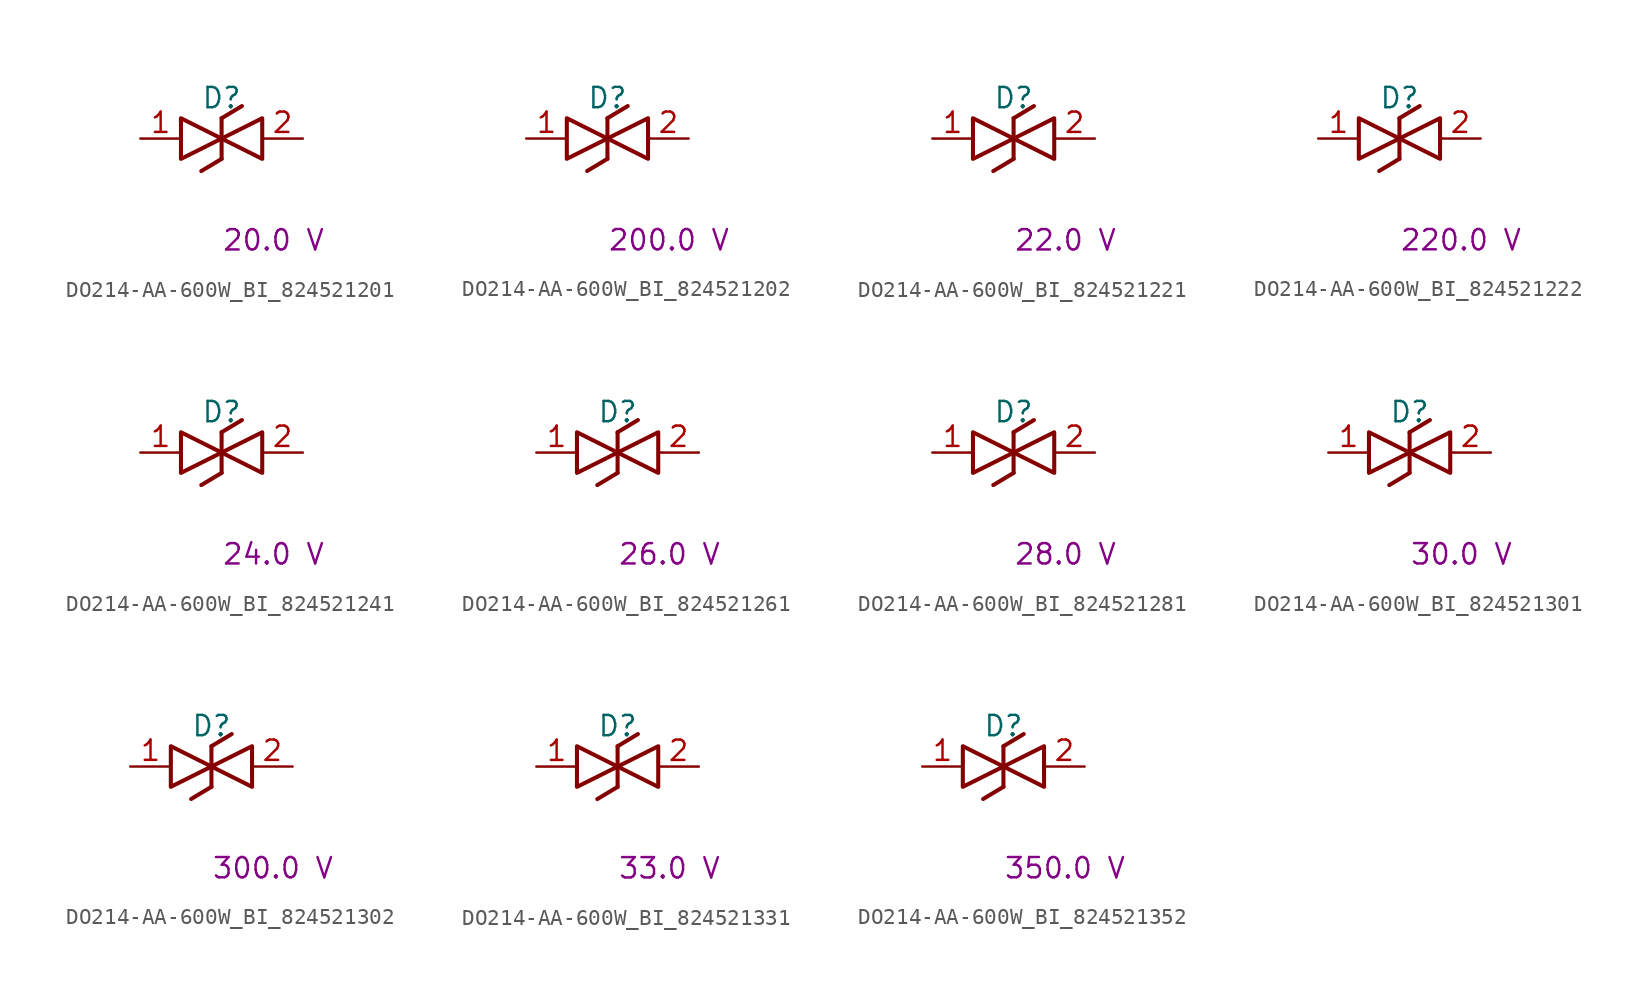
<source format=kicad_sym>
(kicad_symbol_lib
  (version 20220914)
  (generator kicad_symbol_editor)
  (symbol "DO214-AA-600W_BI_824521201"
    (pin_names hide)
    (property "Reference" "D"
      (at 0 2.54 0)
      (effects (font (size 1.27 1.27))))
    (property "Critical Parameter" "20.0 V"
      (at 0 -6.35 0)
      (effects (font (size 1.27 1.27)) (justify left)))
    (symbol "DO214-AA-600W_BI_824521201_0_1"
      (polyline (pts (xy -2.54 1.27) (xy -2.54 -1.27) (xy 2.54 1.27) (xy 2.54 -1.27) (xy -2.54 1.27)) (stroke (width 0.254) (type default)) (fill (type none))))
    (symbol "DO214-AA-600W_BI_824521201_1_1"
      (polyline (pts (xy 0 -1.27) (xy -1.27 -2.032)) (stroke (width 0.254) (type default)) (fill (type none)))
      (polyline (pts (xy 0 1.27) (xy 0 -1.27)) (stroke (width 0.254) (type default)) (fill (type none)))
      (polyline (pts (xy 0 1.27) (xy 1.27 2.032)) (stroke (width 0.254) (type default)) (fill (type none)))
      (pin passive line (at -5.08 0 0) (length 2.54) (name "1" (effects (font (size 1.27 1.27)))) (number "1" (effects (font (size 1.27 1.27)))))
      (pin passive line (at 5.08 0 180) (length 2.54) (name "2" (effects (font (size 1.27 1.27)))) (number "2" (effects (font (size 1.27 1.27)))))))
  (symbol "DO214-AA-600W_BI_824521202"
    (pin_names hide)
    (property "Reference" "D"
      (at 0 2.54 0)
      (effects (font (size 1.27 1.27))))
    (property "Critical Parameter" "200.0 V"
      (at 0 -6.35 0)
      (effects (font (size 1.27 1.27)) (justify left)))
    (symbol "DO214-AA-600W_BI_824521202_0_1"
      (polyline (pts (xy -2.54 1.27) (xy -2.54 -1.27) (xy 2.54 1.27) (xy 2.54 -1.27) (xy -2.54 1.27)) (stroke (width 0.254) (type default)) (fill (type none))))
    (symbol "DO214-AA-600W_BI_824521202_1_1"
      (polyline (pts (xy 0 -1.27) (xy -1.27 -2.032)) (stroke (width 0.254) (type default)) (fill (type none)))
      (polyline (pts (xy 0 1.27) (xy 0 -1.27)) (stroke (width 0.254) (type default)) (fill (type none)))
      (polyline (pts (xy 0 1.27) (xy 1.27 2.032)) (stroke (width 0.254) (type default)) (fill (type none)))
      (pin passive line (at -5.08 0 0) (length 2.54) (name "1" (effects (font (size 1.27 1.27)))) (number "1" (effects (font (size 1.27 1.27)))))
      (pin passive line (at 5.08 0 180) (length 2.54) (name "2" (effects (font (size 1.27 1.27)))) (number "2" (effects (font (size 1.27 1.27)))))))
  (symbol "DO214-AA-600W_BI_824521221"
    (pin_names hide)
    (property "Reference" "D"
      (at 0 2.54 0)
      (effects (font (size 1.27 1.27))))
    (property "Critical Parameter" "22.0 V"
      (at 0 -6.35 0)
      (effects (font (size 1.27 1.27)) (justify left)))
    (symbol "DO214-AA-600W_BI_824521221_0_1"
      (polyline (pts (xy -2.54 1.27) (xy -2.54 -1.27) (xy 2.54 1.27) (xy 2.54 -1.27) (xy -2.54 1.27)) (stroke (width 0.254) (type default)) (fill (type none))))
    (symbol "DO214-AA-600W_BI_824521221_1_1"
      (polyline (pts (xy 0 -1.27) (xy -1.27 -2.032)) (stroke (width 0.254) (type default)) (fill (type none)))
      (polyline (pts (xy 0 1.27) (xy 0 -1.27)) (stroke (width 0.254) (type default)) (fill (type none)))
      (polyline (pts (xy 0 1.27) (xy 1.27 2.032)) (stroke (width 0.254) (type default)) (fill (type none)))
      (pin passive line (at -5.08 0 0) (length 2.54) (name "1" (effects (font (size 1.27 1.27)))) (number "1" (effects (font (size 1.27 1.27)))))
      (pin passive line (at 5.08 0 180) (length 2.54) (name "2" (effects (font (size 1.27 1.27)))) (number "2" (effects (font (size 1.27 1.27)))))))
  (symbol "DO214-AA-600W_BI_824521222"
    (pin_names hide)
    (property "Reference" "D"
      (at 0 2.54 0)
      (effects (font (size 1.27 1.27))))
    (property "Critical Parameter" "220.0 V"
      (at 0 -6.35 0)
      (effects (font (size 1.27 1.27)) (justify left)))
    (symbol "DO214-AA-600W_BI_824521222_0_1"
      (polyline (pts (xy -2.54 1.27) (xy -2.54 -1.27) (xy 2.54 1.27) (xy 2.54 -1.27) (xy -2.54 1.27)) (stroke (width 0.254) (type default)) (fill (type none))))
    (symbol "DO214-AA-600W_BI_824521222_1_1"
      (polyline (pts (xy 0 -1.27) (xy -1.27 -2.032)) (stroke (width 0.254) (type default)) (fill (type none)))
      (polyline (pts (xy 0 1.27) (xy 0 -1.27)) (stroke (width 0.254) (type default)) (fill (type none)))
      (polyline (pts (xy 0 1.27) (xy 1.27 2.032)) (stroke (width 0.254) (type default)) (fill (type none)))
      (pin passive line (at -5.08 0 0) (length 2.54) (name "1" (effects (font (size 1.27 1.27)))) (number "1" (effects (font (size 1.27 1.27)))))
      (pin passive line (at 5.08 0 180) (length 2.54) (name "2" (effects (font (size 1.27 1.27)))) (number "2" (effects (font (size 1.27 1.27)))))))
  (symbol "DO214-AA-600W_BI_824521241"
    (pin_names hide)
    (property "Reference" "D"
      (at 0 2.54 0)
      (effects (font (size 1.27 1.27))))
    (property "Critical Parameter" "24.0 V"
      (at 0 -6.35 0)
      (effects (font (size 1.27 1.27)) (justify left)))
    (symbol "DO214-AA-600W_BI_824521241_0_1"
      (polyline (pts (xy -2.54 1.27) (xy -2.54 -1.27) (xy 2.54 1.27) (xy 2.54 -1.27) (xy -2.54 1.27)) (stroke (width 0.254) (type default)) (fill (type none))))
    (symbol "DO214-AA-600W_BI_824521241_1_1"
      (polyline (pts (xy 0 -1.27) (xy -1.27 -2.032)) (stroke (width 0.254) (type default)) (fill (type none)))
      (polyline (pts (xy 0 1.27) (xy 0 -1.27)) (stroke (width 0.254) (type default)) (fill (type none)))
      (polyline (pts (xy 0 1.27) (xy 1.27 2.032)) (stroke (width 0.254) (type default)) (fill (type none)))
      (pin passive line (at -5.08 0 0) (length 2.54) (name "1" (effects (font (size 1.27 1.27)))) (number "1" (effects (font (size 1.27 1.27)))))
      (pin passive line (at 5.08 0 180) (length 2.54) (name "2" (effects (font (size 1.27 1.27)))) (number "2" (effects (font (size 1.27 1.27)))))))
  (symbol "DO214-AA-600W_BI_824521261"
    (pin_names hide)
    (property "Reference" "D"
      (at 0 2.54 0)
      (effects (font (size 1.27 1.27))))
    (property "Critical Parameter" "26.0 V"
      (at 0 -6.35 0)
      (effects (font (size 1.27 1.27)) (justify left)))
    (symbol "DO214-AA-600W_BI_824521261_0_1"
      (polyline (pts (xy -2.54 1.27) (xy -2.54 -1.27) (xy 2.54 1.27) (xy 2.54 -1.27) (xy -2.54 1.27)) (stroke (width 0.254) (type default)) (fill (type none))))
    (symbol "DO214-AA-600W_BI_824521261_1_1"
      (polyline (pts (xy 0 -1.27) (xy -1.27 -2.032)) (stroke (width 0.254) (type default)) (fill (type none)))
      (polyline (pts (xy 0 1.27) (xy 0 -1.27)) (stroke (width 0.254) (type default)) (fill (type none)))
      (polyline (pts (xy 0 1.27) (xy 1.27 2.032)) (stroke (width 0.254) (type default)) (fill (type none)))
      (pin passive line (at -5.08 0 0) (length 2.54) (name "1" (effects (font (size 1.27 1.27)))) (number "1" (effects (font (size 1.27 1.27)))))
      (pin passive line (at 5.08 0 180) (length 2.54) (name "2" (effects (font (size 1.27 1.27)))) (number "2" (effects (font (size 1.27 1.27)))))))
  (symbol "DO214-AA-600W_BI_824521281"
    (pin_names hide)
    (property "Reference" "D"
      (at 0 2.54 0)
      (effects (font (size 1.27 1.27))))
    (property "Critical Parameter" "28.0 V"
      (at 0 -6.35 0)
      (effects (font (size 1.27 1.27)) (justify left)))
    (symbol "DO214-AA-600W_BI_824521281_0_1"
      (polyline (pts (xy -2.54 1.27) (xy -2.54 -1.27) (xy 2.54 1.27) (xy 2.54 -1.27) (xy -2.54 1.27)) (stroke (width 0.254) (type default)) (fill (type none))))
    (symbol "DO214-AA-600W_BI_824521281_1_1"
      (polyline (pts (xy 0 -1.27) (xy -1.27 -2.032)) (stroke (width 0.254) (type default)) (fill (type none)))
      (polyline (pts (xy 0 1.27) (xy 0 -1.27)) (stroke (width 0.254) (type default)) (fill (type none)))
      (polyline (pts (xy 0 1.27) (xy 1.27 2.032)) (stroke (width 0.254) (type default)) (fill (type none)))
      (pin passive line (at -5.08 0 0) (length 2.54) (name "1" (effects (font (size 1.27 1.27)))) (number "1" (effects (font (size 1.27 1.27)))))
      (pin passive line (at 5.08 0 180) (length 2.54) (name "2" (effects (font (size 1.27 1.27)))) (number "2" (effects (font (size 1.27 1.27)))))))
  (symbol "DO214-AA-600W_BI_824521301"
    (pin_names hide)
    (property "Reference" "D"
      (at 0 2.54 0)
      (effects (font (size 1.27 1.27))))
    (property "Critical Parameter" "30.0 V"
      (at 0 -6.35 0)
      (effects (font (size 1.27 1.27)) (justify left)))
    (symbol "DO214-AA-600W_BI_824521301_0_1"
      (polyline (pts (xy -2.54 1.27) (xy -2.54 -1.27) (xy 2.54 1.27) (xy 2.54 -1.27) (xy -2.54 1.27)) (stroke (width 0.254) (type default)) (fill (type none))))
    (symbol "DO214-AA-600W_BI_824521301_1_1"
      (polyline (pts (xy 0 -1.27) (xy -1.27 -2.032)) (stroke (width 0.254) (type default)) (fill (type none)))
      (polyline (pts (xy 0 1.27) (xy 0 -1.27)) (stroke (width 0.254) (type default)) (fill (type none)))
      (polyline (pts (xy 0 1.27) (xy 1.27 2.032)) (stroke (width 0.254) (type default)) (fill (type none)))
      (pin passive line (at -5.08 0 0) (length 2.54) (name "1" (effects (font (size 1.27 1.27)))) (number "1" (effects (font (size 1.27 1.27)))))
      (pin passive line (at 5.08 0 180) (length 2.54) (name "2" (effects (font (size 1.27 1.27)))) (number "2" (effects (font (size 1.27 1.27)))))))
  (symbol "DO214-AA-600W_BI_824521302"
    (pin_names hide)
    (property "Reference" "D"
      (at 0 2.54 0)
      (effects (font (size 1.27 1.27))))
    (property "Critical Parameter" "300.0 V"
      (at 0 -6.35 0)
      (effects (font (size 1.27 1.27)) (justify left)))
    (symbol "DO214-AA-600W_BI_824521302_0_1"
      (polyline (pts (xy -2.54 1.27) (xy -2.54 -1.27) (xy 2.54 1.27) (xy 2.54 -1.27) (xy -2.54 1.27)) (stroke (width 0.254) (type default)) (fill (type none))))
    (symbol "DO214-AA-600W_BI_824521302_1_1"
      (polyline (pts (xy 0 -1.27) (xy -1.27 -2.032)) (stroke (width 0.254) (type default)) (fill (type none)))
      (polyline (pts (xy 0 1.27) (xy 0 -1.27)) (stroke (width 0.254) (type default)) (fill (type none)))
      (polyline (pts (xy 0 1.27) (xy 1.27 2.032)) (stroke (width 0.254) (type default)) (fill (type none)))
      (pin passive line (at -5.08 0 0) (length 2.54) (name "1" (effects (font (size 1.27 1.27)))) (number "1" (effects (font (size 1.27 1.27)))))
      (pin passive line (at 5.08 0 180) (length 2.54) (name "2" (effects (font (size 1.27 1.27)))) (number "2" (effects (font (size 1.27 1.27)))))))
  (symbol "DO214-AA-600W_BI_824521331"
    (pin_names hide)
    (property "Reference" "D"
      (at 0 2.54 0)
      (effects (font (size 1.27 1.27))))
    (property "Critical Parameter" "33.0 V"
      (at 0 -6.35 0)
      (effects (font (size 1.27 1.27)) (justify left)))
    (symbol "DO214-AA-600W_BI_824521331_0_1"
      (polyline (pts (xy -2.54 1.27) (xy -2.54 -1.27) (xy 2.54 1.27) (xy 2.54 -1.27) (xy -2.54 1.27)) (stroke (width 0.254) (type default)) (fill (type none))))
    (symbol "DO214-AA-600W_BI_824521331_1_1"
      (polyline (pts (xy 0 -1.27) (xy -1.27 -2.032)) (stroke (width 0.254) (type default)) (fill (type none)))
      (polyline (pts (xy 0 1.27) (xy 0 -1.27)) (stroke (width 0.254) (type default)) (fill (type none)))
      (polyline (pts (xy 0 1.27) (xy 1.27 2.032)) (stroke (width 0.254) (type default)) (fill (type none)))
      (pin passive line (at -5.08 0 0) (length 2.54) (name "1" (effects (font (size 1.27 1.27)))) (number "1" (effects (font (size 1.27 1.27)))))
      (pin passive line (at 5.08 0 180) (length 2.54) (name "2" (effects (font (size 1.27 1.27)))) (number "2" (effects (font (size 1.27 1.27)))))))
  (symbol "DO214-AA-600W_BI_824521352"
    (pin_names hide)
    (property "Reference" "D"
      (at 0 2.54 0)
      (effects (font (size 1.27 1.27))))
    (property "Critical Parameter" "350.0 V"
      (at 0 -6.35 0)
      (effects (font (size 1.27 1.27)) (justify left)))
    (symbol "DO214-AA-600W_BI_824521352_0_1"
      (polyline (pts (xy -2.54 1.27) (xy -2.54 -1.27) (xy 2.54 1.27) (xy 2.54 -1.27) (xy -2.54 1.27)) (stroke (width 0.254) (type default)) (fill (type none))))
    (symbol "DO214-AA-600W_BI_824521352_1_1"
      (polyline (pts (xy 0 -1.27) (xy -1.27 -2.032)) (stroke (width 0.254) (type default)) (fill (type none)))
      (polyline (pts (xy 0 1.27) (xy 0 -1.27)) (stroke (width 0.254) (type default)) (fill (type none)))
      (polyline (pts (xy 0 1.27) (xy 1.27 2.032)) (stroke (width 0.254) (type default)) (fill (type none)))
      (pin passive line (at -5.08 0 0) (length 2.54) (name "1" (effects (font (size 1.27 1.27)))) (number "1" (effects (font (size 1.27 1.27)))))
      (pin passive line (at 5.08 0 180) (length 2.54) (name "2" (effects (font (size 1.27 1.27)))) (number "2" (effects (font (size 1.27 1.27))))))))
</source>
